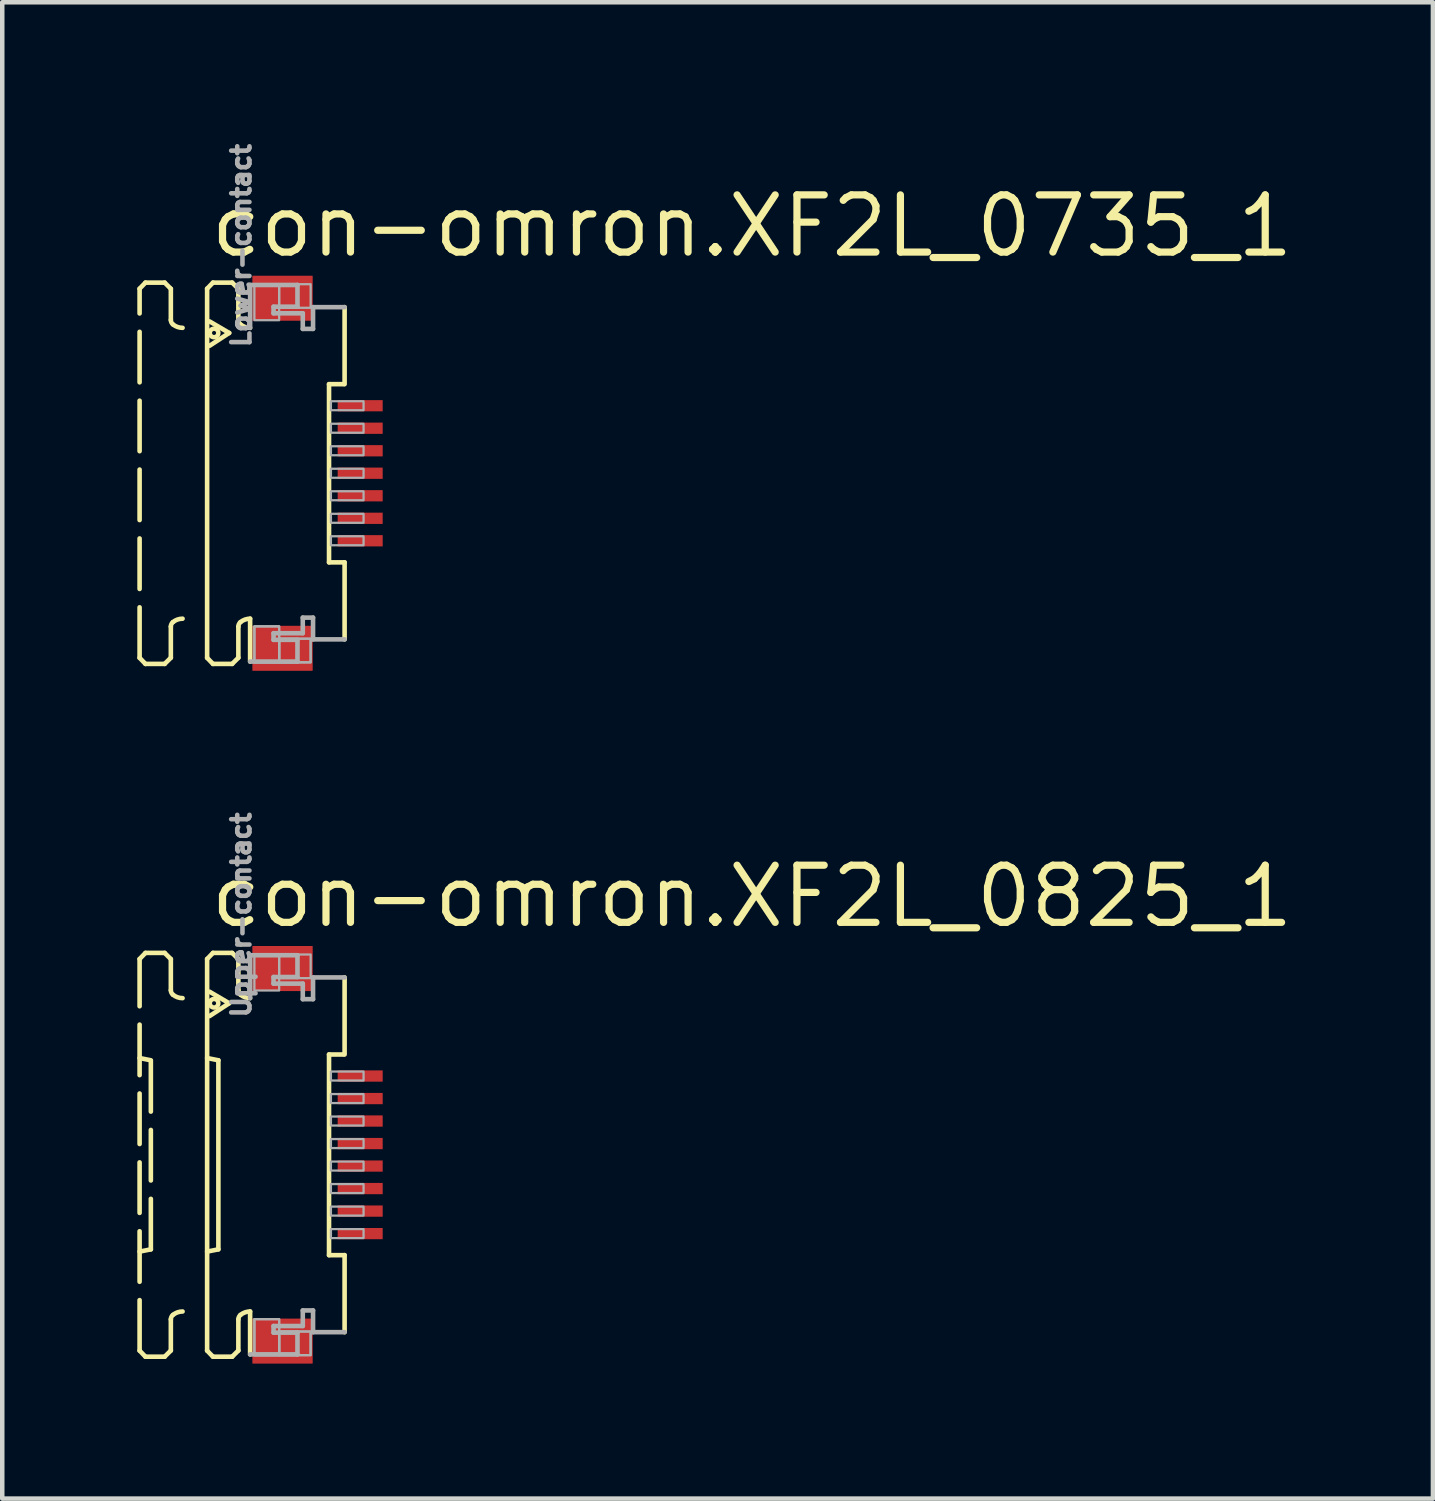
<source format=kicad_pcb>
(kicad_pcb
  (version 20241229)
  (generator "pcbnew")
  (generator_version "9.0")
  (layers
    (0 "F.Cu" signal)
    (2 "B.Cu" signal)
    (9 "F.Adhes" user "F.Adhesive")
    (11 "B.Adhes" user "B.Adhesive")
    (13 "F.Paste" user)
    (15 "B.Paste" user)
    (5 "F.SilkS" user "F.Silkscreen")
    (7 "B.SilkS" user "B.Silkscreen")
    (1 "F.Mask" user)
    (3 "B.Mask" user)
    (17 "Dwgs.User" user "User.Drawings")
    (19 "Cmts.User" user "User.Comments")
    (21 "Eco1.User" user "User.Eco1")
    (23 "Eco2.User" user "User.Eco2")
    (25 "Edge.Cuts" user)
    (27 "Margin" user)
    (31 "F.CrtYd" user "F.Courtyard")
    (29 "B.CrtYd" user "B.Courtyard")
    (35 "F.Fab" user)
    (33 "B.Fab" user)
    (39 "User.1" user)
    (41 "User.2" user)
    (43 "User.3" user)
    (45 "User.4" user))
  (footprint "con-omron.XF2L_0735_1"
    (layer "F.Cu")
    (at 3.046 7.463)
    (property "Reference" "con-omron.XF2L_0735_1" (at -1.5 -4.75 0) (layer "F.SilkS") (effects (font (size 1.27 1.27) (thickness 0.16)) (justify left bottom)))
    (attr smd)
    (fp_rect (start 1.355 -1.325) (end 2.455 -1.675) (stroke (width 0.05) (type default)) (fill yes) (layer "F.Mask"))
    (fp_rect (start 1.355 -0.825) (end 2.455 -1.175) (stroke (width 0.05) (type default)) (fill yes) (layer "F.Mask"))
    (fp_rect (start 1.355 -0.325) (end 2.455 -0.675) (stroke (width 0.05) (type default)) (fill yes) (layer "F.Mask"))
    (fp_rect (start 1.355 0.175) (end 2.455 -0.175) (stroke (width 0.05) (type default)) (fill yes) (layer "F.Mask"))
    (fp_rect (start 1.355 0.675) (end 2.455 0.325) (stroke (width 0.05) (type default)) (fill yes) (layer "F.Mask"))
    (fp_rect (start 1.355 1.175) (end 2.455 0.825) (stroke (width 0.05) (type default)) (fill yes) (layer "F.Mask"))
    (fp_rect (start 1.355 1.675) (end 2.455 1.325) (stroke (width 0.05) (type default)) (fill yes) (layer "F.Mask"))
    (fp_line (start -2.995 -4.1) (end -2.865 -4.235) (stroke (width 0.102) (type default)) (layer "F.SilkS"))
    (fp_line (start -2.995 4.1) (end -2.995 -4.1) (stroke (width 0.102) (type dash)) (layer "F.SilkS"))
    (fp_line (start -2.995 4.1) (end -2.865 4.235) (stroke (width 0.102) (type default)) (layer "F.SilkS"))
    (fp_line (start -2.865 -4.235) (end -2.438 -4.235) (stroke (width 0.102) (type dash)) (layer "F.SilkS"))
    (fp_line (start -2.865 4.235) (end -2.438 4.235) (stroke (width 0.102) (type dash)) (layer "F.SilkS"))
    (fp_line (start -2.438 -4.235) (end -2.301 -4.098) (stroke (width 0.102) (type default)) (layer "F.SilkS"))
    (fp_line (start -2.438 4.235) (end -2.301 4.098) (stroke (width 0.102) (type default)) (layer "F.SilkS"))
    (fp_line (start -2.301 -4.098) (end -2.301 -3.406) (stroke (width 0.102) (type dash)) (layer "F.SilkS"))
    (fp_line (start -2.301 4.098) (end -2.301 3.406) (stroke (width 0.102) (type dash)) (layer "F.SilkS"))
    (fp_line (start -1.495 -4.1) (end -1.365 -4.235) (stroke (width 0.102) (type default)) (layer "F.SilkS"))
    (fp_line (start -1.495 4.1) (end -1.495 -4.1) (stroke (width 0.102) (type default)) (layer "F.SilkS"))
    (fp_line (start -1.495 4.1) (end -1.365 4.235) (stroke (width 0.102) (type default)) (layer "F.SilkS"))
    (fp_line (start -1.441 -3.373) (end -1.005 -3.117) (stroke (width 0.102) (type default)) (layer "F.SilkS"))
    (fp_line (start -1.365 -4.235) (end -0.939 -4.235) (stroke (width 0.102) (type default)) (layer "F.SilkS"))
    (fp_line (start -1.365 4.235) (end -0.939 4.235) (stroke (width 0.102) (type default)) (layer "F.SilkS"))
    (fp_line (start -1.005 -3.117) (end -1.441 -2.832) (stroke (width 0.102) (type default)) (layer "F.SilkS"))
    (fp_line (start -0.939 -4.235) (end -0.801 -4.098) (stroke (width 0.102) (type default)) (layer "F.SilkS"))
    (fp_line (start -0.939 4.235) (end -0.801 4.098) (stroke (width 0.102) (type default)) (layer "F.SilkS"))
    (fp_line (start -0.801 -4.098) (end -0.801 -3.406) (stroke (width 0.102) (type default)) (layer "F.SilkS"))
    (fp_line (start -0.801 4.098) (end -0.801 3.406) (stroke (width 0.102) (type default)) (layer "F.SilkS"))
    (fp_line (start -0.54 3.23) (end -0.54 4.183) (stroke (width 0.102) (type default)) (layer "F.SilkS"))
    (fp_line (start 1.213 1.979) (end 1.213 -1.979) (stroke (width 0.102) (type default)) (layer "F.SilkS"))
    (fp_line (start 1.538 -1.979) (end 1.213 -1.979) (stroke (width 0.102) (type default)) (layer "F.SilkS"))
    (fp_line (start 1.559 -3.69) (end 1.559 -1.979) (stroke (width 0.102) (type default)) (layer "F.SilkS"))
    (fp_line (start 1.559 1.979) (end 1.213 1.979) (stroke (width 0.102) (type default)) (layer "F.SilkS"))
    (fp_line (start 1.559 3.69) (end 1.559 1.979) (stroke (width 0.102) (type default)) (layer "F.SilkS"))
    (fp_arc (start -2.301 3.4057) (mid -2.288538 3.350596) (end -2.2536 3.3062) (stroke (width 0.1016) (type default)) (layer "F.SilkS"))
    (fp_arc (start -2.2536 -3.3062) (mid -2.288538 -3.350596) (end -2.301 -3.4057) (stroke (width 0.1016) (type default)) (layer "F.SilkS"))
    (fp_arc (start -2.2536 3.3062) (mid -2.153476 3.249936) (end -2.0403 3.2304) (stroke (width 0.1016) (type default)) (layer "F.SilkS"))
    (fp_arc (start -2.0403 -3.2304) (mid -2.153476 -3.249936) (end -2.2536 -3.3062) (stroke (width 0.1016) (type default)) (layer "F.SilkS"))
    (fp_arc (start -0.801 3.4057) (mid -0.788538 3.350596) (end -0.7536 3.3062) (stroke (width 0.1016) (type default)) (layer "F.SilkS"))
    (fp_arc (start -0.7536 -3.3062) (mid -0.788538 -3.350596) (end -0.801 -3.4057) (stroke (width 0.1016) (type default)) (layer "F.SilkS"))
    (fp_arc (start -0.7536 3.3062) (mid -0.653476 3.249936) (end -0.5403 3.2304) (stroke (width 0.1016) (type default)) (layer "F.SilkS"))
    (fp_arc (start -0.5403 -3.2304) (mid -0.653476 -3.249936) (end -0.7536 -3.3062) (stroke (width 0.1016) (type default)) (layer "F.SilkS"))
    (fp_circle (center -1.341 -3.117) (end -1.246 -3.117) (stroke (width 0.1) (type default)) (fill no) (layer "F.SilkS"))
    (fp_line (start -0.54 -4.183) (end 0.512 -4.183) (stroke (width 0.102) (type default)) (layer "F.Fab"))
    (fp_line (start -0.54 -3.23) (end -0.54 -4.183) (stroke (width 0.102) (type default)) (layer "F.Fab"))
    (fp_line (start -0.54 4.183) (end 0.512 4.183) (stroke (width 0.102) (type default)) (layer "F.Fab"))
    (fp_line (start -0.019 -3.7) (end -0.019 -3.553) (stroke (width 0.102) (type default)) (layer "F.Fab"))
    (fp_line (start -0.019 -3.553) (end 0.63 -3.553) (stroke (width 0.102) (type default)) (layer "F.Fab"))
    (fp_line (start -0.019 3.553) (end 0.63 3.553) (stroke (width 0.102) (type default)) (layer "F.Fab"))
    (fp_line (start -0.019 3.7) (end -0.019 3.553) (stroke (width 0.102) (type default)) (layer "F.Fab"))
    (fp_line (start 0.512 -4.183) (end 0.512 -3.7) (stroke (width 0.102) (type default)) (layer "F.Fab"))
    (fp_line (start 0.512 -3.7) (end -0.019 -3.7) (stroke (width 0.102) (type default)) (layer "F.Fab"))
    (fp_line (start 0.512 3.7) (end -0.019 3.7) (stroke (width 0.102) (type default)) (layer "F.Fab"))
    (fp_line (start 0.512 4.183) (end 0.512 3.7) (stroke (width 0.102) (type default)) (layer "F.Fab"))
    (fp_line (start 0.63 -3.553) (end 0.63 -3.207) (stroke (width 0.102) (type default)) (layer "F.Fab"))
    (fp_line (start 0.63 -3.207) (end 0.858 -3.207) (stroke (width 0.102) (type default)) (layer "F.Fab"))
    (fp_line (start 0.63 3.207) (end 0.858 3.207) (stroke (width 0.102) (type default)) (layer "F.Fab"))
    (fp_line (start 0.63 3.553) (end 0.63 3.207) (stroke (width 0.102) (type default)) (layer "F.Fab"))
    (fp_line (start 0.858 -3.69) (end 1.559 -3.69) (stroke (width 0.102) (type default)) (layer "F.Fab"))
    (fp_line (start 0.858 -3.207) (end 0.858 -3.69) (stroke (width 0.102) (type default)) (layer "F.Fab"))
    (fp_line (start 0.858 3.207) (end 0.858 3.69) (stroke (width 0.102) (type default)) (layer "F.Fab"))
    (fp_line (start 0.858 3.69) (end 1.559 3.69) (stroke (width 0.102) (type default)) (layer "F.Fab"))
    (fp_rect (start -0.445 -3.4) (end 0.105 -4.2) (stroke (width 0.05) (type default)) (fill no) (layer "F.Fab"))
    (fp_rect (start -0.445 4.2) (end 0.105 3.4) (stroke (width 0.05) (type default)) (fill no) (layer "F.Fab"))
    (fp_rect (start -0.445 4.2) (end 0.105 3.4) (stroke (width 0.05) (type default)) (fill no) (layer "F.Fab"))
    (fp_rect (start 0.105 -3.675) (end 0.805 -4.2) (stroke (width 0.05) (type default)) (fill no) (layer "F.Fab"))
    (fp_rect (start 0.105 4.2) (end 0.805 3.675) (stroke (width 0.05) (type default)) (fill no) (layer "F.Fab"))
    (fp_rect (start 0.105 4.2) (end 0.805 3.675) (stroke (width 0.05) (type default)) (fill no) (layer "F.Fab"))
    (fp_rect (start 1.255 -1.4) (end 1.98 -1.6) (stroke (width 0.05) (type default)) (fill no) (layer "F.Fab"))
    (fp_rect (start 1.255 -0.9) (end 1.98 -1.1) (stroke (width 0.05) (type default)) (fill no) (layer "F.Fab"))
    (fp_rect (start 1.255 -0.4) (end 1.98 -0.6) (stroke (width 0.05) (type default)) (fill no) (layer "F.Fab"))
    (fp_rect (start 1.255 0.1) (end 1.98 -0.1) (stroke (width 0.05) (type default)) (fill no) (layer "F.Fab"))
    (fp_rect (start 1.255 0.6) (end 1.98 0.4) (stroke (width 0.05) (type default)) (fill no) (layer "F.Fab"))
    (fp_rect (start 1.255 1.1) (end 1.98 0.9) (stroke (width 0.05) (type default)) (fill no) (layer "F.Fab"))
    (fp_rect (start 1.255 1.6) (end 1.98 1.4) (stroke (width 0.05) (type default)) (fill no) (layer "F.Fab"))
    (fp_text user "Lower-contact" (at -0.5 -2.75 270) (layer "F.Fab") (effects (font (size 0.406 0.406) (thickness 0.15)) (justify left bottom)))
    (pad "1" smd roundrect (at 1.905 -1.5) (size 1 0.25) (layers "F.Cu" "F.Mask" "F.Paste") (roundrect_rratio 0.01))
    (pad "2" smd roundrect (at 1.905 -1) (size 1 0.25) (layers "F.Cu" "F.Mask" "F.Paste") (roundrect_rratio 0.01))
    (pad "3" smd roundrect (at 1.905 -0.5) (size 1 0.25) (layers "F.Cu" "F.Mask" "F.Paste") (roundrect_rratio 0.01))
    (pad "4" smd roundrect (at 1.905 0) (size 1 0.25) (layers "F.Cu" "F.Mask" "F.Paste") (roundrect_rratio 0.01))
    (pad "5" smd roundrect (at 1.905 0.5) (size 1 0.25) (layers "F.Cu" "F.Mask" "F.Paste") (roundrect_rratio 0.01))
    (pad "6" smd roundrect (at 1.905 1) (size 1 0.25) (layers "F.Cu" "F.Mask" "F.Paste") (roundrect_rratio 0.01))
    (pad "7" smd roundrect (at 1.905 1.5) (size 1 0.25) (layers "F.Cu" "F.Mask" "F.Paste") (roundrect_rratio 0.01))
    (pad "M1" smd roundrect (at 0.18 -3.888) (size 1.34 1) (layers "F.Cu" "F.Mask" "F.Paste") (roundrect_rratio 0.01))
    (pad "M2" smd roundrect (at 0.18 3.888) (size 1.34 1) (layers "F.Cu" "F.Mask" "F.Paste") (roundrect_rratio 0.01)))
  (footprint "con-omron.XF2L_0825_1"
    (layer "F.Cu")
    (at 3.046 22.603)
    (property "Reference" "con-omron.XF2L_0825_1" (at -1.5 -5 0) (layer "F.SilkS") (effects (font (size 1.27 1.27) (thickness 0.16)) (justify left bottom)))
    (attr smd)
    (fp_rect (start 1.355 -1.575) (end 2.455 -1.925) (stroke (width 0.05) (type default)) (fill yes) (layer "F.Mask"))
    (fp_rect (start 1.355 -1.075) (end 2.455 -1.425) (stroke (width 0.05) (type default)) (fill yes) (layer "F.Mask"))
    (fp_rect (start 1.355 -0.575) (end 2.455 -0.925) (stroke (width 0.05) (type default)) (fill yes) (layer "F.Mask"))
    (fp_rect (start 1.355 -0.075) (end 2.455 -0.425) (stroke (width 0.05) (type default)) (fill yes) (layer "F.Mask"))
    (fp_rect (start 1.355 0.425) (end 2.455 0.075) (stroke (width 0.05) (type default)) (fill yes) (layer "F.Mask"))
    (fp_rect (start 1.355 0.925) (end 2.455 0.575) (stroke (width 0.05) (type default)) (fill yes) (layer "F.Mask"))
    (fp_rect (start 1.355 1.425) (end 2.455 1.075) (stroke (width 0.05) (type default)) (fill yes) (layer "F.Mask"))
    (fp_rect (start 1.355 1.925) (end 2.455 1.575) (stroke (width 0.05) (type default)) (fill yes) (layer "F.Mask"))
    (fp_line (start -2.995 -4.35) (end -2.865 -4.485) (stroke (width 0.102) (type default)) (layer "F.SilkS"))
    (fp_line (start -2.995 -2.15) (end -2.745 -2.1) (stroke (width 0.102) (type default)) (layer "F.SilkS"))
    (fp_line (start -2.995 4.35) (end -2.995 -4.35) (stroke (width 0.102) (type dash)) (layer "F.SilkS"))
    (fp_line (start -2.995 4.35) (end -2.865 4.485) (stroke (width 0.102) (type default)) (layer "F.SilkS"))
    (fp_line (start -2.865 -4.485) (end -2.438 -4.485) (stroke (width 0.102) (type dash)) (layer "F.SilkS"))
    (fp_line (start -2.865 4.485) (end -2.438 4.485) (stroke (width 0.102) (type dash)) (layer "F.SilkS"))
    (fp_line (start -2.745 2.1) (end -2.995 2.15) (stroke (width 0.102) (type default)) (layer "F.SilkS"))
    (fp_line (start -2.745 2.1) (end -2.745 -2.1) (stroke (width 0.102) (type dash)) (layer "F.SilkS"))
    (fp_line (start -2.438 -4.485) (end -2.301 -4.348) (stroke (width 0.102) (type default)) (layer "F.SilkS"))
    (fp_line (start -2.438 4.485) (end -2.301 4.348) (stroke (width 0.102) (type default)) (layer "F.SilkS"))
    (fp_line (start -2.301 -4.348) (end -2.301 -3.656) (stroke (width 0.102) (type dash)) (layer "F.SilkS"))
    (fp_line (start -2.301 4.348) (end -2.301 3.656) (stroke (width 0.102) (type dash)) (layer "F.SilkS"))
    (fp_line (start -1.495 -4.35) (end -1.365 -4.485) (stroke (width 0.102) (type default)) (layer "F.SilkS"))
    (fp_line (start -1.495 -2.15) (end -1.245 -2.1) (stroke (width 0.102) (type default)) (layer "F.SilkS"))
    (fp_line (start -1.495 4.35) (end -1.495 -4.35) (stroke (width 0.102) (type default)) (layer "F.SilkS"))
    (fp_line (start -1.495 4.35) (end -1.365 4.485) (stroke (width 0.102) (type default)) (layer "F.SilkS"))
    (fp_line (start -1.441 -3.623) (end -1.005 -3.367) (stroke (width 0.102) (type default)) (layer "F.SilkS"))
    (fp_line (start -1.365 -4.485) (end -0.939 -4.485) (stroke (width 0.102) (type default)) (layer "F.SilkS"))
    (fp_line (start -1.365 4.485) (end -0.939 4.485) (stroke (width 0.102) (type default)) (layer "F.SilkS"))
    (fp_line (start -1.245 2.1) (end -1.495 2.15) (stroke (width 0.102) (type default)) (layer "F.SilkS"))
    (fp_line (start -1.245 2.1) (end -1.245 -2.1) (stroke (width 0.102) (type default)) (layer "F.SilkS"))
    (fp_line (start -1.005 -3.367) (end -1.441 -3.082) (stroke (width 0.102) (type default)) (layer "F.SilkS"))
    (fp_line (start -0.939 -4.485) (end -0.801 -4.348) (stroke (width 0.102) (type default)) (layer "F.SilkS"))
    (fp_line (start -0.939 4.485) (end -0.801 4.348) (stroke (width 0.102) (type default)) (layer "F.SilkS"))
    (fp_line (start -0.801 -4.348) (end -0.801 -3.656) (stroke (width 0.102) (type default)) (layer "F.SilkS"))
    (fp_line (start -0.801 4.348) (end -0.801 3.656) (stroke (width 0.102) (type default)) (layer "F.SilkS"))
    (fp_line (start -0.54 3.48) (end -0.54 4.433) (stroke (width 0.102) (type default)) (layer "F.SilkS"))
    (fp_line (start 1.213 2.229) (end 1.213 -2.229) (stroke (width 0.102) (type default)) (layer "F.SilkS"))
    (fp_line (start 1.538 -2.229) (end 1.213 -2.229) (stroke (width 0.102) (type default)) (layer "F.SilkS"))
    (fp_line (start 1.559 -3.94) (end 1.559 -2.229) (stroke (width 0.102) (type default)) (layer "F.SilkS"))
    (fp_line (start 1.559 2.229) (end 1.213 2.229) (stroke (width 0.102) (type default)) (layer "F.SilkS"))
    (fp_line (start 1.559 3.94) (end 1.559 2.229) (stroke (width 0.102) (type default)) (layer "F.SilkS"))
    (fp_arc (start -2.301 3.6557) (mid -2.288538 3.600596) (end -2.2536 3.5562) (stroke (width 0.1016) (type default)) (layer "F.SilkS"))
    (fp_arc (start -2.2536 -3.5562) (mid -2.288538 -3.600596) (end -2.301 -3.6557) (stroke (width 0.1016) (type default)) (layer "F.SilkS"))
    (fp_arc (start -2.2536 3.5562) (mid -2.153476 3.499936) (end -2.0403 3.4804) (stroke (width 0.1016) (type default)) (layer "F.SilkS"))
    (fp_arc (start -2.0403 -3.4804) (mid -2.153476 -3.499936) (end -2.2536 -3.5562) (stroke (width 0.1016) (type default)) (layer "F.SilkS"))
    (fp_arc (start -0.801 3.6557) (mid -0.788538 3.600596) (end -0.7536 3.5562) (stroke (width 0.1016) (type default)) (layer "F.SilkS"))
    (fp_arc (start -0.7536 -3.5562) (mid -0.788538 -3.600596) (end -0.801 -3.6557) (stroke (width 0.1016) (type default)) (layer "F.SilkS"))
    (fp_arc (start -0.7536 3.5562) (mid -0.653476 3.499936) (end -0.5403 3.4804) (stroke (width 0.1016) (type default)) (layer "F.SilkS"))
    (fp_arc (start -0.5403 -3.4804) (mid -0.653476 -3.499936) (end -0.7536 -3.5562) (stroke (width 0.1016) (type default)) (layer "F.SilkS"))
    (fp_circle (center -1.341 -3.367) (end -1.246 -3.367) (stroke (width 0.1) (type default)) (fill no) (layer "F.SilkS"))
    (fp_line (start -0.54 -4.433) (end 0.512 -4.433) (stroke (width 0.102) (type default)) (layer "F.Fab"))
    (fp_line (start -0.54 -3.48) (end -0.54 -4.433) (stroke (width 0.102) (type default)) (layer "F.Fab"))
    (fp_line (start -0.54 4.433) (end 0.512 4.433) (stroke (width 0.102) (type default)) (layer "F.Fab"))
    (fp_line (start -0.019 -3.95) (end -0.019 -3.803) (stroke (width 0.102) (type default)) (layer "F.Fab"))
    (fp_line (start -0.019 -3.803) (end 0.63 -3.803) (stroke (width 0.102) (type default)) (layer "F.Fab"))
    (fp_line (start -0.019 3.803) (end 0.63 3.803) (stroke (width 0.102) (type default)) (layer "F.Fab"))
    (fp_line (start -0.019 3.95) (end -0.019 3.803) (stroke (width 0.102) (type default)) (layer "F.Fab"))
    (fp_line (start 0.512 -4.433) (end 0.512 -3.95) (stroke (width 0.102) (type default)) (layer "F.Fab"))
    (fp_line (start 0.512 -3.95) (end -0.019 -3.95) (stroke (width 0.102) (type default)) (layer "F.Fab"))
    (fp_line (start 0.512 3.95) (end -0.019 3.95) (stroke (width 0.102) (type default)) (layer "F.Fab"))
    (fp_line (start 0.512 4.433) (end 0.512 3.95) (stroke (width 0.102) (type default)) (layer "F.Fab"))
    (fp_line (start 0.63 -3.803) (end 0.63 -3.457) (stroke (width 0.102) (type default)) (layer "F.Fab"))
    (fp_line (start 0.63 -3.457) (end 0.858 -3.457) (stroke (width 0.102) (type default)) (layer "F.Fab"))
    (fp_line (start 0.63 3.457) (end 0.858 3.457) (stroke (width 0.102) (type default)) (layer "F.Fab"))
    (fp_line (start 0.63 3.803) (end 0.63 3.457) (stroke (width 0.102) (type default)) (layer "F.Fab"))
    (fp_line (start 0.858 -3.94) (end 1.559 -3.94) (stroke (width 0.102) (type default)) (layer "F.Fab"))
    (fp_line (start 0.858 -3.457) (end 0.858 -3.94) (stroke (width 0.102) (type default)) (layer "F.Fab"))
    (fp_line (start 0.858 3.457) (end 0.858 3.94) (stroke (width 0.102) (type default)) (layer "F.Fab"))
    (fp_line (start 0.858 3.94) (end 1.559 3.94) (stroke (width 0.102) (type default)) (layer "F.Fab"))
    (fp_rect (start -0.445 -3.65) (end 0.105 -4.45) (stroke (width 0.05) (type default)) (fill no) (layer "F.Fab"))
    (fp_rect (start -0.445 4.45) (end 0.105 3.65) (stroke (width 0.05) (type default)) (fill no) (layer "F.Fab"))
    (fp_rect (start -0.445 4.45) (end 0.105 3.65) (stroke (width 0.05) (type default)) (fill no) (layer "F.Fab"))
    (fp_rect (start 0.105 -3.925) (end 0.805 -4.45) (stroke (width 0.05) (type default)) (fill no) (layer "F.Fab"))
    (fp_rect (start 0.105 4.45) (end 0.805 3.925) (stroke (width 0.05) (type default)) (fill no) (layer "F.Fab"))
    (fp_rect (start 0.105 4.45) (end 0.805 3.925) (stroke (width 0.05) (type default)) (fill no) (layer "F.Fab"))
    (fp_rect (start 1.255 -1.65) (end 1.98 -1.85) (stroke (width 0.05) (type default)) (fill no) (layer "F.Fab"))
    (fp_rect (start 1.255 -1.15) (end 1.98 -1.35) (stroke (width 0.05) (type default)) (fill no) (layer "F.Fab"))
    (fp_rect (start 1.255 -0.65) (end 1.98 -0.85) (stroke (width 0.05) (type default)) (fill no) (layer "F.Fab"))
    (fp_rect (start 1.255 -0.15) (end 1.98 -0.35) (stroke (width 0.05) (type default)) (fill no) (layer "F.Fab"))
    (fp_rect (start 1.255 0.35) (end 1.98 0.15) (stroke (width 0.05) (type default)) (fill no) (layer "F.Fab"))
    (fp_rect (start 1.255 0.85) (end 1.98 0.65) (stroke (width 0.05) (type default)) (fill no) (layer "F.Fab"))
    (fp_rect (start 1.255 1.35) (end 1.98 1.15) (stroke (width 0.05) (type default)) (fill no) (layer "F.Fab"))
    (fp_rect (start 1.255 1.85) (end 1.98 1.65) (stroke (width 0.05) (type default)) (fill no) (layer "F.Fab"))
    (fp_text user "Upper-contact" (at -0.5 -3 270) (layer "F.Fab") (effects (font (size 0.406 0.406) (thickness 0.15)) (justify left bottom)))
    (pad "1" smd roundrect (at 1.905 -1.75) (size 1 0.25) (layers "F.Cu" "F.Mask" "F.Paste") (roundrect_rratio 0.01))
    (pad "2" smd roundrect (at 1.905 -1.25) (size 1 0.25) (layers "F.Cu" "F.Mask" "F.Paste") (roundrect_rratio 0.01))
    (pad "3" smd roundrect (at 1.905 -0.75) (size 1 0.25) (layers "F.Cu" "F.Mask" "F.Paste") (roundrect_rratio 0.01))
    (pad "4" smd roundrect (at 1.905 -0.25) (size 1 0.25) (layers "F.Cu" "F.Mask" "F.Paste") (roundrect_rratio 0.01))
    (pad "5" smd roundrect (at 1.905 0.25) (size 1 0.25) (layers "F.Cu" "F.Mask" "F.Paste") (roundrect_rratio 0.01))
    (pad "6" smd roundrect (at 1.905 0.75) (size 1 0.25) (layers "F.Cu" "F.Mask" "F.Paste") (roundrect_rratio 0.01))
    (pad "7" smd roundrect (at 1.905 1.25) (size 1 0.25) (layers "F.Cu" "F.Mask" "F.Paste") (roundrect_rratio 0.01))
    (pad "8" smd roundrect (at 1.905 1.75) (size 1 0.25) (layers "F.Cu" "F.Mask" "F.Paste") (roundrect_rratio 0.01))
    (pad "M1" smd roundrect (at 0.18 -4.138) (size 1.34 1) (layers "F.Cu" "F.Mask" "F.Paste") (roundrect_rratio 0.01))
    (pad "M2" smd roundrect (at 0.18 4.138) (size 1.34 1) (layers "F.Cu" "F.Mask" "F.Paste") (roundrect_rratio 0.01)))
  (gr_rect
    (start -3 -3)
    (end 28.781 30.24)
    (stroke (width 0.1) (type default))
    (fill no)
    (layer "Edge.Cuts")))
</source>
